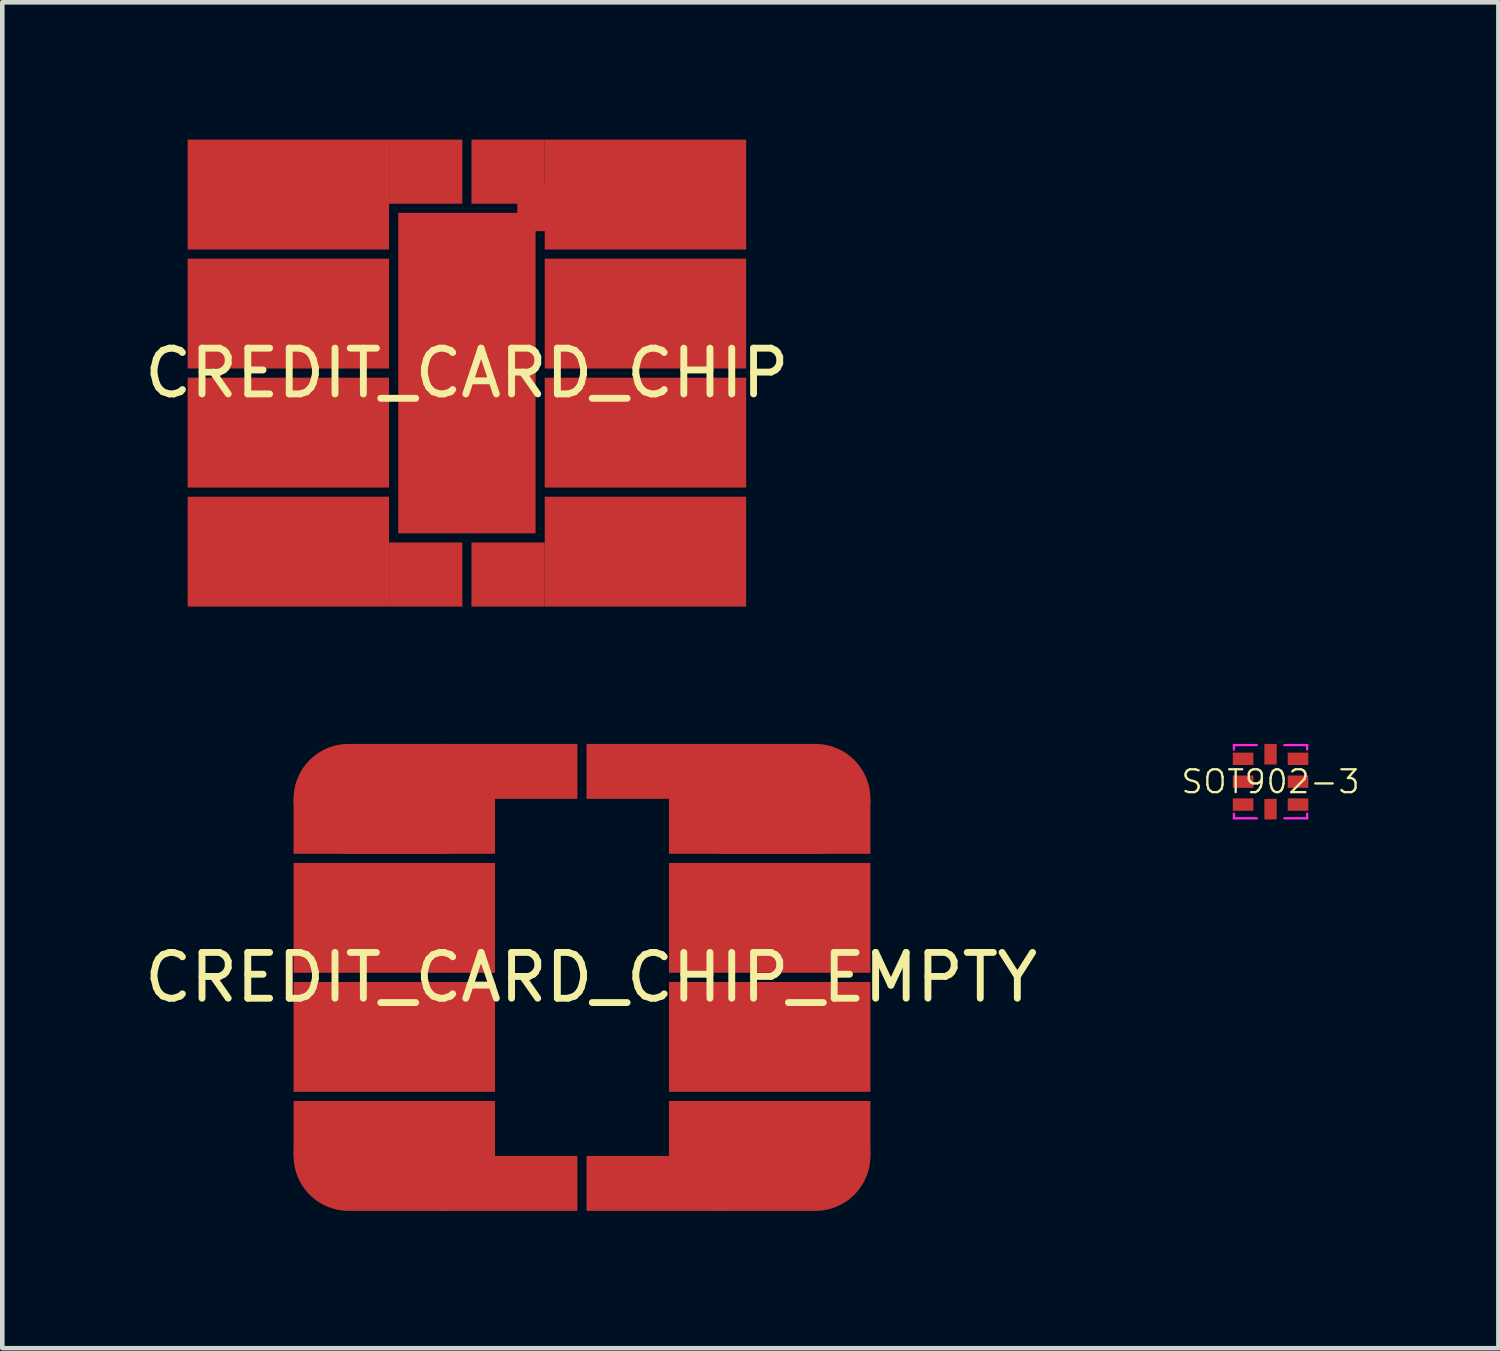
<source format=kicad_pcb>
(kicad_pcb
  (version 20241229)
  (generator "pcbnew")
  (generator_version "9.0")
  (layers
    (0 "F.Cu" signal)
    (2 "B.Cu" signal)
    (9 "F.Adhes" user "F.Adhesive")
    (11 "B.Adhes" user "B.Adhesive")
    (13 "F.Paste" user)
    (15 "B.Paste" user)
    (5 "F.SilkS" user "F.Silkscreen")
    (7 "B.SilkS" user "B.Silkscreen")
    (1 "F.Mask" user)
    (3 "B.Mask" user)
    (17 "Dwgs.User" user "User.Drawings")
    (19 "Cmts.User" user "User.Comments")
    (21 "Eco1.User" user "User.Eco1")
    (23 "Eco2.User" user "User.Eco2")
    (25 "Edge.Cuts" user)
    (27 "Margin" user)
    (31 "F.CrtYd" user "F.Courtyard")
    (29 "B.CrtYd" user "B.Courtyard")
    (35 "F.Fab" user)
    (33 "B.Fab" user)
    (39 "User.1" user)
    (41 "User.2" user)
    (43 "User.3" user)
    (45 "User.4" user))
  (footprint "CREDIT_CARD_CHIP"
    (layer "F.Cu")
    (at 7.149 5.1)
    (property "Reference" "CREDIT_CARD_CHIP" (at 0 0 0) (layer "F.SilkS") (effects (font (size 1 1) (thickness 0.15))))
    (attr through_hole)
    (pad "C1" smd rect (at -3.9 -3.9) (size 4.4 2.4) (layers "F.Cu" "F.Mask"))
    (pad "C1" smd rect (at -0.9 -4.4) (size 1.6 1.4) (layers "F.Cu" "F.Mask"))
    (pad "C2" smd rect (at -3.9 -1.3) (size 4.4 2.4) (layers "F.Cu" "F.Mask"))
    (pad "C3" smd rect (at -3.9 1.3) (size 4.4 2.4) (layers "F.Cu" "F.Mask"))
    (pad "C4" smd rect (at -3.9 3.9) (size 4.4 2.4) (layers "F.Cu" "F.Mask"))
    (pad "C4" smd rect (at -0.9 4.4) (size 1.6 1.4) (layers "F.Cu" "F.Mask"))
    (pad "C5" smd rect (at 0 0) (size 3 7) (layers "F.Cu" "F.Mask"))
    (pad "C5" smd rect (at 0.9 -4.4) (size 1.6 1.4) (layers "F.Cu" "F.Mask"))
    (pad "C5" smd rect (at 1.6 -3.6) (size 1 1) (layers "F.Cu" "F.Mask"))
    (pad "C5" smd rect (at 3.9 -3.9) (size 4.4 2.4) (layers "F.Cu" "F.Mask"))
    (pad "C6" smd rect (at 3.9 -1.3) (size 4.4 2.4) (layers "F.Cu" "F.Mask"))
    (pad "C7" smd rect (at 3.9 1.3) (size 4.4 2.4) (layers "F.Cu" "F.Mask"))
    (pad "C8" smd rect (at 0.9 4.4) (size 1.6 1.4) (layers "F.Cu" "F.Mask"))
    (pad "C8" smd rect (at 3.9 3.9) (size 4.4 2.4) (layers "F.Cu" "F.Mask")))
  (footprint "SOT902-3"
    (layer "F.Cu")
    (at 24.704 14.025)
    (property "Reference" "SOT902-3" (at 0 0 0) (layer "F.SilkS") (effects (font (size 0.5 0.5) (thickness 0.05))))
    (attr through_hole)
    (fp_line (start -0.8 -0.8) (end -0.3 -0.8) (stroke (width 0.05) (type solid)) (layer "F.CrtYd"))
    (fp_line (start -0.8 -0.7) (end -0.8 -0.8) (stroke (width 0.05) (type solid)) (layer "F.CrtYd"))
    (fp_line (start -0.8 0.7) (end -0.8 0.8) (stroke (width 0.05) (type solid)) (layer "F.CrtYd"))
    (fp_line (start -0.3 0.8) (end -0.8 0.8) (stroke (width 0.05) (type solid)) (layer "F.CrtYd"))
    (fp_line (start 0.3 -0.8) (end 0.8 -0.8) (stroke (width 0.05) (type solid)) (layer "F.CrtYd"))
    (fp_line (start 0.8 -0.7) (end 0.8 -0.8) (stroke (width 0.05) (type solid)) (layer "F.CrtYd"))
    (fp_line (start 0.8 0.7) (end 0.8 0.8) (stroke (width 0.05) (type solid)) (layer "F.CrtYd"))
    (fp_line (start 0.8 0.8) (end 0.3 0.8) (stroke (width 0.05) (type solid)) (layer "F.CrtYd"))
    (pad "1" smd rect (at -0.6 -0.5) (size 0.45 0.27) (layers "F.Cu" "F.Mask" "F.Paste"))
    (pad "2" smd rect (at -0.6 0) (size 0.45 0.27) (layers "F.Cu" "F.Mask" "F.Paste"))
    (pad "3" smd rect (at -0.6 0.5) (size 0.45 0.27) (layers "F.Cu" "F.Mask" "F.Paste"))
    (pad "4" smd rect (at 0 0.6 90) (size 0.45 0.27) (layers "F.Cu" "F.Mask" "F.Paste"))
    (pad "5" smd rect (at 0.6 0.5) (size 0.45 0.27) (layers "F.Cu" "F.Mask" "F.Paste"))
    (pad "6" smd rect (at 0.6 0) (size 0.45 0.27) (layers "F.Cu" "F.Mask" "F.Paste"))
    (pad "7" smd rect (at 0.6 -0.5) (size 0.45 0.27) (layers "F.Cu" "F.Mask" "F.Paste"))
    (pad "8" smd rect (at 0 -0.6 90) (size 0.45 0.27) (layers "F.Cu" "F.Mask" "F.Paste")))
  (footprint "CREDIT_CARD_CHIP_EMPTY"
    (layer "F.Cu")
    (at 9.663 18.3)
    (property "Reference" "CREDIT_CARD_CHIP_EMPTY" (at 0.2 0 0) (layer "F.SilkS") (effects (font (size 1 1) (thickness 0.15))))
    (attr through_hole)
    (pad "C1" smd oval (at -4.1 -3.9) (size 4.4 2.4) (layers "F.Cu" "F.Mask"))
    (pad "C1" smd rect (at -4.1 -3.3) (size 4.4 1.2) (layers "F.Cu" "F.Mask"))
    (pad "C1" smd rect (at -1.6 -4.5) (size 3 1.2) (layers "F.Cu" "F.Mask"))
    (pad "C2" smd rect (at -4.1 -1.3) (size 4.4 2.4) (layers "F.Cu" "F.Mask"))
    (pad "C3" smd rect (at -4.1 1.3) (size 4.4 2.4) (layers "F.Cu" "F.Mask"))
    (pad "C4" smd rect (at -4.1 3.3) (size 4.4 1.2) (layers "F.Cu" "F.Mask"))
    (pad "C4" smd oval (at -4.1 3.9) (size 4.4 2.4) (layers "F.Cu" "F.Mask"))
    (pad "C4" smd rect (at -1.6 4.5) (size 3 1.2) (layers "F.Cu" "F.Mask"))
    (pad "C5" smd rect (at 1.6 -4.5) (size 3 1.2) (layers "F.Cu" "F.Mask"))
    (pad "C5" smd oval (at 4.1 -3.9) (size 4.4 2.4) (layers "F.Cu" "F.Mask"))
    (pad "C5" smd rect (at 4.1 -3.3) (size 4.4 1.2) (layers "F.Cu" "F.Mask"))
    (pad "C6" smd rect (at 4.1 -1.3) (size 4.4 2.4) (layers "F.Cu" "F.Mask"))
    (pad "C7" smd rect (at 4.1 1.3) (size 4.4 2.4) (layers "F.Cu" "F.Mask"))
    (pad "C8" smd rect (at 1.6 4.5) (size 3 1.2) (layers "F.Cu" "F.Mask"))
    (pad "C8" smd rect (at 4.1 3.3) (size 4.4 1.2) (layers "F.Cu" "F.Mask"))
    (pad "C8" smd oval (at 4.1 3.9) (size 4.4 2.4) (layers "F.Cu" "F.Mask")))
  (gr_rect
    (start -3 -3)
    (end 29.681 26.4)
    (stroke (width 0.1) (type default))
    (fill no)
    (layer "Edge.Cuts")))
</source>
